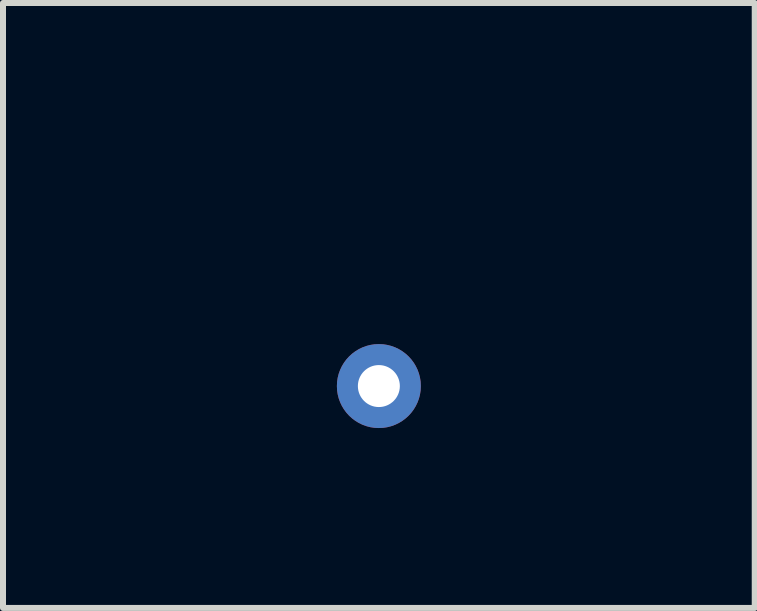
<source format=kicad_pcb>
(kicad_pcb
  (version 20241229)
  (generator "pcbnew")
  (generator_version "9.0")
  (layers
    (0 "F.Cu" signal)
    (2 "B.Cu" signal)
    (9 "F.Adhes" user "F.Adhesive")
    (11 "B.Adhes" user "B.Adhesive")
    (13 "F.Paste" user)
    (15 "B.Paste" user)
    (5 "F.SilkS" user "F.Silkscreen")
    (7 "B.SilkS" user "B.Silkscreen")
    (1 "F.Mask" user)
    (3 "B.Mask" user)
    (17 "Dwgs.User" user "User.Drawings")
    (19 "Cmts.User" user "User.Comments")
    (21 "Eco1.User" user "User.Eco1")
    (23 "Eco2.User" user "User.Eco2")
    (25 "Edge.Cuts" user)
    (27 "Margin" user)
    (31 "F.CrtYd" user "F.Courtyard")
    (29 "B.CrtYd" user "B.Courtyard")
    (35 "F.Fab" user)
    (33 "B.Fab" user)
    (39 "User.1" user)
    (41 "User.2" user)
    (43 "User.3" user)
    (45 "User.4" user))
  (footprint "Gnd-Via"
    (layer "F.Cu")
    (at 3.268 3.388)
    (property "Reference" "Gnd-Via" (at 0 -2.54 0) (layer "Eco1.User") (effects (font (size 1 1) (thickness 0.15))))
    (attr through_hole)
    (pad "1" thru_hole circle (at 0 0) (size 1.4 1.4) (drill 0.7) (layers "*.Cu")))
  (gr_rect
    (start -3 -3)
    (end 9.536 7.088)
    (stroke (width 0.1) (type default))
    (fill no)
    (layer "Edge.Cuts")))
</source>
